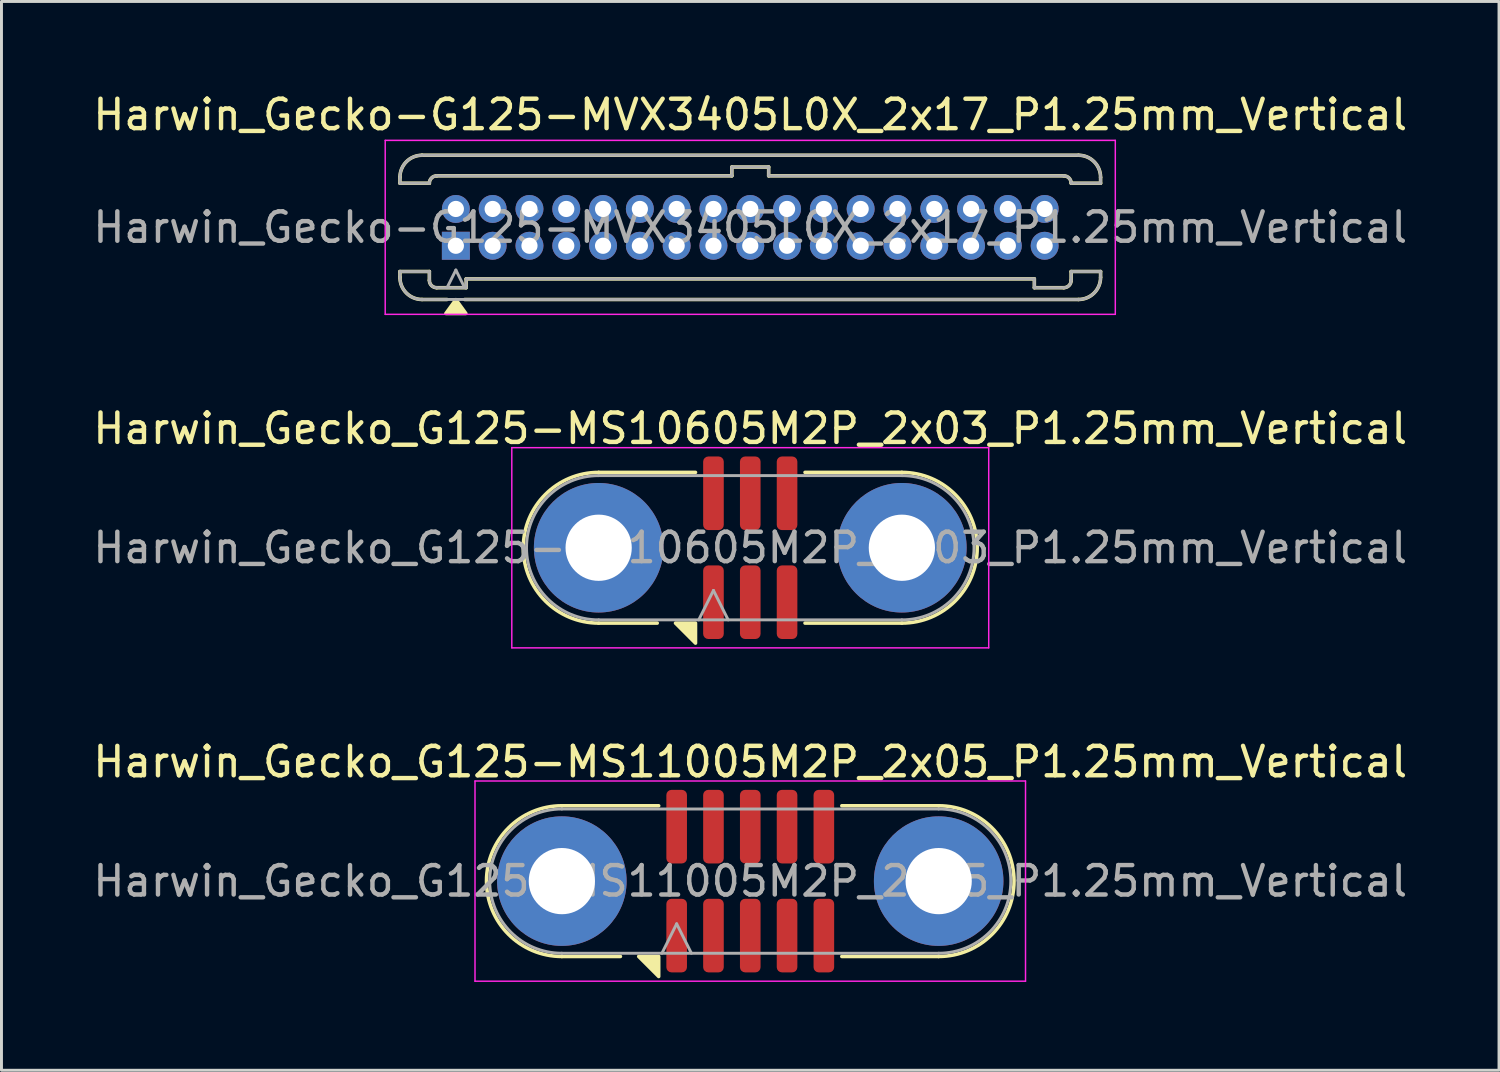
<source format=kicad_pcb>
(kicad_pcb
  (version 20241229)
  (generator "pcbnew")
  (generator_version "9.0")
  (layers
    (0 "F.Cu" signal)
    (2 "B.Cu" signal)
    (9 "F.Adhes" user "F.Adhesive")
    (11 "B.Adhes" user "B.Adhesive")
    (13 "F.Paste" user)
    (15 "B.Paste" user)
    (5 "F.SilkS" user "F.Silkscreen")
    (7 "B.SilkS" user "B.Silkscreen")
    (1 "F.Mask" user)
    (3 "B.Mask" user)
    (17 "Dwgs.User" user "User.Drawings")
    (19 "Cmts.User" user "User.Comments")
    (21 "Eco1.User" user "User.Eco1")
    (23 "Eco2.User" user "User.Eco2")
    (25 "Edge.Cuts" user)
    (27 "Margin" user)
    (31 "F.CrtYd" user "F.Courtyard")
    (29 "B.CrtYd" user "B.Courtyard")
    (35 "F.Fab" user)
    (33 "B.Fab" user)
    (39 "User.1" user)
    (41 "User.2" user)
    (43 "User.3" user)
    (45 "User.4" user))
  (footprint "Harwin_Gecko_G125-MS11005M2P_2x05_P1.25mm_Vertical"
    (layer "F.Cu")
    (at 22.435 26.88)
    (property "Reference" "Harwin_Gecko_G125-MS11005M2P_2x05_P1.25mm_Vertical" (at 0 -4.05 0) (layer "F.SilkS") (effects (font (size 1 1) (thickness 0.15))))
    (attr smd)
    (fp_line (start -4.41 2.56) (end -6.4 2.56) (stroke (width 0.12) (type solid)) (layer "F.SilkS"))
    (fp_line (start -3.11 -2.56) (end -6.4 -2.56) (stroke (width 0.12) (type solid)) (layer "F.SilkS"))
    (fp_line (start 3.11 -2.56) (end 6.4 -2.56) (stroke (width 0.12) (type solid)) (layer "F.SilkS"))
    (fp_line (start 3.11 2.56) (end 6.4 2.56) (stroke (width 0.12) (type solid)) (layer "F.SilkS"))
    (fp_arc (start -6.4 2.56) (mid -8.96 0) (end -6.4 -2.56) (stroke (width 0.12) (type solid)) (layer "F.SilkS"))
    (fp_arc (start 6.4 -2.56) (mid 8.96 0) (end 6.4 2.56) (stroke (width 0.12) (type solid)) (layer "F.SilkS"))
    (fp_poly (pts (xy -3.11 2.56) (xy -3.11 3.24) (xy -3.79 2.56)) (stroke (width 0.12) (type solid)) (fill yes) (layer "F.SilkS"))
    (fp_line (start -9.35 -3.4) (end -9.35 3.4) (stroke (width 0.05) (type solid)) (layer "F.CrtYd"))
    (fp_line (start -9.35 3.4) (end 9.35 3.4) (stroke (width 0.05) (type solid)) (layer "F.CrtYd"))
    (fp_line (start 9.35 -3.4) (end -9.35 -3.4) (stroke (width 0.05) (type solid)) (layer "F.CrtYd"))
    (fp_line (start 9.35 3.4) (end 9.35 -3.4) (stroke (width 0.05) (type solid)) (layer "F.CrtYd"))
    (fp_line (start -6.4 -2.45) (end 6.4 -2.45) (stroke (width 0.1) (type solid)) (layer "F.Fab"))
    (fp_line (start -6.4 2.45) (end 6.4 2.45) (stroke (width 0.1) (type solid)) (layer "F.Fab"))
    (fp_line (start -3 2.45) (end -2.5 1.45) (stroke (width 0.1) (type solid)) (layer "F.Fab"))
    (fp_line (start -2.5 1.45) (end -2 2.45) (stroke (width 0.1) (type solid)) (layer "F.Fab"))
    (fp_arc (start -6.4 2.45) (mid -8.85 0) (end -6.4 -2.45) (stroke (width 0.1) (type solid)) (layer "F.Fab"))
    (fp_arc (start 6.4 -2.45) (mid 8.85 0) (end 6.4 2.45) (stroke (width 0.1) (type solid)) (layer "F.Fab"))
    (fp_text user "${REFERENCE}" (at 0 0 0) (layer "F.Fab") (effects (font (size 1 1) (thickness 0.15))))
    (pad "1" smd roundrect (at -2.5 1.85) (size 0.7 2.5) (layers "F.Cu" "F.Mask" "F.Paste") (roundrect_rratio 0.25))
    (pad "2" smd roundrect (at -1.25 1.85) (size 0.7 2.5) (layers "F.Cu" "F.Mask" "F.Paste") (roundrect_rratio 0.25))
    (pad "3" smd roundrect (at 0 1.85) (size 0.7 2.5) (layers "F.Cu" "F.Mask" "F.Paste") (roundrect_rratio 0.25))
    (pad "4" smd roundrect (at 1.25 1.85) (size 0.7 2.5) (layers "F.Cu" "F.Mask" "F.Paste") (roundrect_rratio 0.25))
    (pad "5" smd roundrect (at 2.5 1.85) (size 0.7 2.5) (layers "F.Cu" "F.Mask" "F.Paste") (roundrect_rratio 0.25))
    (pad "6" smd roundrect (at -2.5 -1.85) (size 0.7 2.5) (layers "F.Cu" "F.Mask" "F.Paste") (roundrect_rratio 0.25))
    (pad "7" smd roundrect (at -1.25 -1.85) (size 0.7 2.5) (layers "F.Cu" "F.Mask" "F.Paste") (roundrect_rratio 0.25))
    (pad "8" smd roundrect (at 0 -1.85) (size 0.7 2.5) (layers "F.Cu" "F.Mask" "F.Paste") (roundrect_rratio 0.25))
    (pad "9" smd roundrect (at 1.25 -1.85) (size 0.7 2.5) (layers "F.Cu" "F.Mask" "F.Paste") (roundrect_rratio 0.25))
    (pad "10" smd roundrect (at 2.5 -1.85) (size 0.7 2.5) (layers "F.Cu" "F.Mask" "F.Paste") (roundrect_rratio 0.25))
    (pad "MP" thru_hole circle (at -6.4 0) (size 4.4 4.4) (drill 2.25) (layers "*.Cu" "*.Mask"))
    (pad "MP" thru_hole circle (at 6.4 0) (size 4.4 4.4) (drill 2.25) (layers "*.Cu" "*.Mask")))
  (footprint "Harwin_Gecko-G125-MVX3405L0X_2x17_P1.25mm_Vertical"
    (layer "F.Cu")
    (at 12.435 5.298)
    (property "Reference" "Harwin_Gecko-G125-MVX3405L0X_2x17_P1.25mm_Vertical" (at 10 -4.45 0) (layer "F.SilkS") (effects (font (size 1 1) (thickness 0.15))))
    (attr through_hole)
    (fp_line (start -1.9 -2.325) (end -1.9 -2.125) (stroke (width 0.12) (type solid)) (layer "F.SilkS"))
    (fp_line (start -1.9 -2.125) (end -0.9 -2.125) (stroke (width 0.12) (type solid)) (layer "F.SilkS"))
    (fp_line (start -1.9 0.875) (end -0.9 0.875) (stroke (width 0.12) (type solid)) (layer "F.SilkS"))
    (fp_line (start -1.9 1.075) (end -1.9 0.875) (stroke (width 0.12) (type solid)) (layer "F.SilkS"))
    (fp_line (start -1.15 -3.075) (end 21.15 -3.075) (stroke (width 0.12) (type solid)) (layer "F.SilkS"))
    (fp_line (start -1.15 1.825) (end -0.3 1.825) (stroke (width 0.12) (type solid)) (layer "F.SilkS"))
    (fp_line (start -0.9 1.175) (end -0.9 0.875) (stroke (width 0.12) (type solid)) (layer "F.SilkS"))
    (fp_line (start -0.65 -2.375) (end 9.375 -2.375) (stroke (width 0.12) (type solid)) (layer "F.SilkS"))
    (fp_line (start -0.65 1.425) (end 0.35 1.425) (stroke (width 0.12) (type solid)) (layer "F.SilkS"))
    (fp_line (start 0.3 1.825) (end 21.15 1.825) (stroke (width 0.12) (type solid)) (layer "F.SilkS"))
    (fp_line (start 0.35 1.125) (end 19.65 1.125) (stroke (width 0.12) (type solid)) (layer "F.SilkS"))
    (fp_line (start 0.35 1.425) (end 0.35 1.125) (stroke (width 0.12) (type solid)) (layer "F.SilkS"))
    (fp_line (start 9.375 -2.675) (end 10.625 -2.675) (stroke (width 0.12) (type solid)) (layer "F.SilkS"))
    (fp_line (start 9.375 -2.375) (end 9.375 -2.675) (stroke (width 0.12) (type solid)) (layer "F.SilkS"))
    (fp_line (start 10.625 -2.675) (end 10.625 -2.375) (stroke (width 0.12) (type solid)) (layer "F.SilkS"))
    (fp_line (start 10.625 -2.375) (end 20.65 -2.375) (stroke (width 0.12) (type solid)) (layer "F.SilkS"))
    (fp_line (start 19.65 1.125) (end 19.65 1.425) (stroke (width 0.12) (type solid)) (layer "F.SilkS"))
    (fp_line (start 19.65 1.425) (end 20.65 1.425) (stroke (width 0.12) (type solid)) (layer "F.SilkS"))
    (fp_line (start 20.9 1.175) (end 20.9 0.875) (stroke (width 0.12) (type solid)) (layer "F.SilkS"))
    (fp_line (start 21.9 -2.325) (end 21.9 -2.125) (stroke (width 0.12) (type solid)) (layer "F.SilkS"))
    (fp_line (start 21.9 -2.125) (end 20.9 -2.125) (stroke (width 0.12) (type solid)) (layer "F.SilkS"))
    (fp_line (start 21.9 0.875) (end 20.9 0.875) (stroke (width 0.12) (type solid)) (layer "F.SilkS"))
    (fp_line (start 21.9 1.075) (end 21.9 0.875) (stroke (width 0.12) (type solid)) (layer "F.SilkS"))
    (fp_arc (start -1.9 -2.325) (mid -1.68033 -2.85533) (end -1.15 -3.075) (stroke (width 0.12) (type solid)) (layer "F.SilkS"))
    (fp_arc (start -1.15 1.825) (mid -1.68033 1.60533) (end -1.9 1.075) (stroke (width 0.12) (type solid)) (layer "F.SilkS"))
    (fp_arc (start -0.9 -2.125) (mid -0.826777 -2.301777) (end -0.65 -2.375) (stroke (width 0.12) (type solid)) (layer "F.SilkS"))
    (fp_arc (start -0.65 1.425) (mid -0.826777 1.351777) (end -0.9 1.175) (stroke (width 0.12) (type solid)) (layer "F.SilkS"))
    (fp_arc (start 20.65 -2.375) (mid 20.826777 -2.301777) (end 20.9 -2.125) (stroke (width 0.12) (type solid)) (layer "F.SilkS"))
    (fp_arc (start 20.9 1.175) (mid 20.826777 1.351777) (end 20.65 1.425) (stroke (width 0.12) (type solid)) (layer "F.SilkS"))
    (fp_arc (start 21.15 -3.075) (mid 21.68033 -2.85533) (end 21.9 -2.325) (stroke (width 0.12) (type solid)) (layer "F.SilkS"))
    (fp_arc (start 21.9 1.075) (mid 21.68033 1.60533) (end 21.15 1.825) (stroke (width 0.12) (type solid)) (layer "F.SilkS"))
    (fp_poly (pts (xy 0 1.83) (xy -0.34 2.3) (xy 0.34 2.3) (xy 0 1.83)) (stroke (width 0.12) (type solid)) (fill yes) (layer "F.SilkS"))
    (fp_line (start -2.4 -3.58) (end -2.4 2.33) (stroke (width 0.05) (type solid)) (layer "F.CrtYd"))
    (fp_line (start -2.4 2.33) (end 22.4 2.33) (stroke (width 0.05) (type solid)) (layer "F.CrtYd"))
    (fp_line (start 22.4 -3.58) (end -2.4 -3.58) (stroke (width 0.05) (type solid)) (layer "F.CrtYd"))
    (fp_line (start 22.4 -3.58) (end 22.4 2.33) (stroke (width 0.05) (type solid)) (layer "F.CrtYd"))
    (fp_line (start -1.9 -2.325) (end -1.9 -2.125) (stroke (width 0.1) (type solid)) (layer "F.Fab"))
    (fp_line (start -1.9 -2.125) (end -0.9 -2.125) (stroke (width 0.1) (type solid)) (layer "F.Fab"))
    (fp_line (start -1.9 0.875) (end -0.9 0.875) (stroke (width 0.1) (type solid)) (layer "F.Fab"))
    (fp_line (start -1.9 1.075) (end -1.9 0.875) (stroke (width 0.1) (type solid)) (layer "F.Fab"))
    (fp_line (start -1.15 -3.075) (end 21.15 -3.075) (stroke (width 0.1) (type solid)) (layer "F.Fab"))
    (fp_line (start -1.15 1.825) (end 21.15 1.825) (stroke (width 0.1) (type solid)) (layer "F.Fab"))
    (fp_line (start -0.9 1.175) (end -0.9 0.875) (stroke (width 0.1) (type solid)) (layer "F.Fab"))
    (fp_line (start -0.65 -2.375) (end 9.375 -2.375) (stroke (width 0.1) (type solid)) (layer "F.Fab"))
    (fp_line (start -0.65 1.425) (end 0.35 1.425) (stroke (width 0.1) (type solid)) (layer "F.Fab"))
    (fp_line (start 0 0.825) (end -0.3 1.425) (stroke (width 0.1) (type solid)) (layer "F.Fab"))
    (fp_line (start 0.3 1.425) (end 0 0.825) (stroke (width 0.1) (type solid)) (layer "F.Fab"))
    (fp_line (start 0.35 1.125) (end 19.65 1.125) (stroke (width 0.1) (type solid)) (layer "F.Fab"))
    (fp_line (start 0.35 1.425) (end 0.35 1.125) (stroke (width 0.1) (type solid)) (layer "F.Fab"))
    (fp_line (start 9.375 -2.675) (end 10.625 -2.675) (stroke (width 0.1) (type solid)) (layer "F.Fab"))
    (fp_line (start 9.375 -2.375) (end 9.375 -2.675) (stroke (width 0.1) (type solid)) (layer "F.Fab"))
    (fp_line (start 10.625 -2.675) (end 10.625 -2.375) (stroke (width 0.1) (type solid)) (layer "F.Fab"))
    (fp_line (start 10.625 -2.375) (end 20.65 -2.375) (stroke (width 0.1) (type solid)) (layer "F.Fab"))
    (fp_line (start 19.65 1.125) (end 19.65 1.425) (stroke (width 0.1) (type solid)) (layer "F.Fab"))
    (fp_line (start 19.65 1.425) (end 20.65 1.425) (stroke (width 0.1) (type solid)) (layer "F.Fab"))
    (fp_line (start 20.9 1.175) (end 20.9 0.875) (stroke (width 0.1) (type solid)) (layer "F.Fab"))
    (fp_line (start 21.9 -2.325) (end 21.9 -2.125) (stroke (width 0.1) (type solid)) (layer "F.Fab"))
    (fp_line (start 21.9 -2.125) (end 20.9 -2.125) (stroke (width 0.1) (type solid)) (layer "F.Fab"))
    (fp_line (start 21.9 0.875) (end 20.9 0.875) (stroke (width 0.1) (type solid)) (layer "F.Fab"))
    (fp_line (start 21.9 1.075) (end 21.9 0.875) (stroke (width 0.1) (type solid)) (layer "F.Fab"))
    (fp_arc (start -1.9 -2.325) (mid -1.68033 -2.85533) (end -1.15 -3.075) (stroke (width 0.1) (type solid)) (layer "F.Fab"))
    (fp_arc (start -1.15 1.825) (mid -1.68033 1.60533) (end -1.9 1.075) (stroke (width 0.1) (type solid)) (layer "F.Fab"))
    (fp_arc (start -0.9 -2.125) (mid -0.826777 -2.301777) (end -0.65 -2.375) (stroke (width 0.1) (type solid)) (layer "F.Fab"))
    (fp_arc (start -0.65 1.425) (mid -0.826777 1.351777) (end -0.9 1.175) (stroke (width 0.1) (type solid)) (layer "F.Fab"))
    (fp_arc (start 20.65 -2.375) (mid 20.826777 -2.301777) (end 20.9 -2.125) (stroke (width 0.1) (type solid)) (layer "F.Fab"))
    (fp_arc (start 20.9 1.175) (mid 20.826777 1.351777) (end 20.65 1.425) (stroke (width 0.1) (type solid)) (layer "F.Fab"))
    (fp_arc (start 21.15 -3.075) (mid 21.68033 -2.85533) (end 21.9 -2.325) (stroke (width 0.1) (type solid)) (layer "F.Fab"))
    (fp_arc (start 21.9 1.075) (mid 21.68033 1.60533) (end 21.15 1.825) (stroke (width 0.1) (type solid)) (layer "F.Fab"))
    (fp_text user "${REFERENCE}" (at 10 -0.625 0) (layer "F.Fab") (effects (font (size 1 1) (thickness 0.15))))
    (pad "1" thru_hole rect (at 0 0) (size 0.95 0.95) (drill 0.55) (layers "*.Cu" "*.Mask"))
    (pad "2" thru_hole circle (at 1.25 0) (size 0.95 0.95) (drill 0.55) (layers "*.Cu" "*.Mask"))
    (pad "3" thru_hole circle (at 2.5 0) (size 0.95 0.95) (drill 0.55) (layers "*.Cu" "*.Mask"))
    (pad "4" thru_hole circle (at 3.75 0) (size 0.95 0.95) (drill 0.55) (layers "*.Cu" "*.Mask"))
    (pad "5" thru_hole circle (at 5 0) (size 0.95 0.95) (drill 0.55) (layers "*.Cu" "*.Mask"))
    (pad "6" thru_hole circle (at 6.25 0) (size 0.95 0.95) (drill 0.55) (layers "*.Cu" "*.Mask"))
    (pad "7" thru_hole circle (at 7.5 0) (size 0.95 0.95) (drill 0.55) (layers "*.Cu" "*.Mask"))
    (pad "8" thru_hole circle (at 8.75 0) (size 0.95 0.95) (drill 0.55) (layers "*.Cu" "*.Mask"))
    (pad "9" thru_hole circle (at 10 0) (size 0.95 0.95) (drill 0.55) (layers "*.Cu" "*.Mask"))
    (pad "10" thru_hole circle (at 11.25 0) (size 0.95 0.95) (drill 0.55) (layers "*.Cu" "*.Mask"))
    (pad "11" thru_hole circle (at 12.5 0) (size 0.95 0.95) (drill 0.55) (layers "*.Cu" "*.Mask"))
    (pad "12" thru_hole circle (at 13.75 0) (size 0.95 0.95) (drill 0.55) (layers "*.Cu" "*.Mask"))
    (pad "13" thru_hole circle (at 15 0) (size 0.95 0.95) (drill 0.55) (layers "*.Cu" "*.Mask"))
    (pad "14" thru_hole circle (at 16.25 0) (size 0.95 0.95) (drill 0.55) (layers "*.Cu" "*.Mask"))
    (pad "15" thru_hole circle (at 17.5 0) (size 0.95 0.95) (drill 0.55) (layers "*.Cu" "*.Mask"))
    (pad "16" thru_hole circle (at 18.75 0) (size 0.95 0.95) (drill 0.55) (layers "*.Cu" "*.Mask"))
    (pad "17" thru_hole circle (at 20 0) (size 0.95 0.95) (drill 0.55) (layers "*.Cu" "*.Mask"))
    (pad "18" thru_hole circle (at 0 -1.25) (size 0.95 0.95) (drill 0.55) (layers "*.Cu" "*.Mask"))
    (pad "19" thru_hole circle (at 1.25 -1.25) (size 0.95 0.95) (drill 0.55) (layers "*.Cu" "*.Mask"))
    (pad "20" thru_hole circle (at 2.5 -1.25) (size 0.95 0.95) (drill 0.55) (layers "*.Cu" "*.Mask"))
    (pad "21" thru_hole circle (at 3.75 -1.25) (size 0.95 0.95) (drill 0.55) (layers "*.Cu" "*.Mask"))
    (pad "22" thru_hole circle (at 5 -1.25) (size 0.95 0.95) (drill 0.55) (layers "*.Cu" "*.Mask"))
    (pad "23" thru_hole circle (at 6.25 -1.25) (size 0.95 0.95) (drill 0.55) (layers "*.Cu" "*.Mask"))
    (pad "24" thru_hole circle (at 7.5 -1.25) (size 0.95 0.95) (drill 0.55) (layers "*.Cu" "*.Mask"))
    (pad "25" thru_hole circle (at 8.75 -1.25) (size 0.95 0.95) (drill 0.55) (layers "*.Cu" "*.Mask"))
    (pad "26" thru_hole circle (at 10 -1.25) (size 0.95 0.95) (drill 0.55) (layers "*.Cu" "*.Mask"))
    (pad "27" thru_hole circle (at 11.25 -1.25) (size 0.95 0.95) (drill 0.55) (layers "*.Cu" "*.Mask"))
    (pad "28" thru_hole circle (at 12.5 -1.25) (size 0.95 0.95) (drill 0.55) (layers "*.Cu" "*.Mask"))
    (pad "29" thru_hole circle (at 13.75 -1.25) (size 0.95 0.95) (drill 0.55) (layers "*.Cu" "*.Mask"))
    (pad "30" thru_hole circle (at 15 -1.25) (size 0.95 0.95) (drill 0.55) (layers "*.Cu" "*.Mask"))
    (pad "31" thru_hole circle (at 16.25 -1.25) (size 0.95 0.95) (drill 0.55) (layers "*.Cu" "*.Mask"))
    (pad "32" thru_hole circle (at 17.5 -1.25) (size 0.95 0.95) (drill 0.55) (layers "*.Cu" "*.Mask"))
    (pad "33" thru_hole circle (at 18.75 -1.25) (size 0.95 0.95) (drill 0.55) (layers "*.Cu" "*.Mask"))
    (pad "34" thru_hole circle (at 20 -1.25) (size 0.95 0.95) (drill 0.55) (layers "*.Cu" "*.Mask")))
  (footprint "Harwin_Gecko_G125-MS10605M2P_2x03_P1.25mm_Vertical"
    (layer "F.Cu")
    (at 22.435 15.556)
    (property "Reference" "Harwin_Gecko_G125-MS10605M2P_2x03_P1.25mm_Vertical" (at 0 -4.05 0) (layer "F.SilkS") (effects (font (size 1 1) (thickness 0.15))))
    (attr smd)
    (fp_line (start -3.16 2.56) (end -5.15 2.56) (stroke (width 0.12) (type solid)) (layer "F.SilkS"))
    (fp_line (start -1.86 -2.56) (end -5.15 -2.56) (stroke (width 0.12) (type solid)) (layer "F.SilkS"))
    (fp_line (start 1.86 -2.56) (end 5.15 -2.56) (stroke (width 0.12) (type solid)) (layer "F.SilkS"))
    (fp_line (start 1.86 2.56) (end 5.15 2.56) (stroke (width 0.12) (type solid)) (layer "F.SilkS"))
    (fp_arc (start -5.15 2.56) (mid -7.71 0) (end -5.15 -2.56) (stroke (width 0.12) (type solid)) (layer "F.SilkS"))
    (fp_arc (start 5.15 -2.56) (mid 7.71 0) (end 5.15 2.56) (stroke (width 0.12) (type solid)) (layer "F.SilkS"))
    (fp_poly (pts (xy -1.86 2.56) (xy -1.86 3.24) (xy -2.54 2.56)) (stroke (width 0.12) (type solid)) (fill yes) (layer "F.SilkS"))
    (fp_line (start -8.1 -3.4) (end -8.1 3.4) (stroke (width 0.05) (type solid)) (layer "F.CrtYd"))
    (fp_line (start -8.1 3.4) (end 8.1 3.4) (stroke (width 0.05) (type solid)) (layer "F.CrtYd"))
    (fp_line (start 8.1 -3.4) (end -8.1 -3.4) (stroke (width 0.05) (type solid)) (layer "F.CrtYd"))
    (fp_line (start 8.1 3.4) (end 8.1 -3.4) (stroke (width 0.05) (type solid)) (layer "F.CrtYd"))
    (fp_line (start -5.15 -2.45) (end 5.15 -2.45) (stroke (width 0.1) (type solid)) (layer "F.Fab"))
    (fp_line (start -5.15 2.45) (end 5.15 2.45) (stroke (width 0.1) (type solid)) (layer "F.Fab"))
    (fp_line (start -1.75 2.45) (end -1.25 1.45) (stroke (width 0.1) (type solid)) (layer "F.Fab"))
    (fp_line (start -1.25 1.45) (end -0.75 2.45) (stroke (width 0.1) (type solid)) (layer "F.Fab"))
    (fp_arc (start -5.15 2.45) (mid -7.6 0) (end -5.15 -2.45) (stroke (width 0.1) (type solid)) (layer "F.Fab"))
    (fp_arc (start 5.15 -2.45) (mid 7.6 0) (end 5.15 2.45) (stroke (width 0.1) (type solid)) (layer "F.Fab"))
    (fp_text user "${REFERENCE}" (at 0 0 0) (layer "F.Fab") (effects (font (size 1 1) (thickness 0.15))))
    (pad "1" smd roundrect (at -1.25 1.85) (size 0.7 2.5) (layers "F.Cu" "F.Mask" "F.Paste") (roundrect_rratio 0.25))
    (pad "2" smd roundrect (at 0 1.85) (size 0.7 2.5) (layers "F.Cu" "F.Mask" "F.Paste") (roundrect_rratio 0.25))
    (pad "3" smd roundrect (at 1.25 1.85) (size 0.7 2.5) (layers "F.Cu" "F.Mask" "F.Paste") (roundrect_rratio 0.25))
    (pad "4" smd roundrect (at -1.25 -1.85) (size 0.7 2.5) (layers "F.Cu" "F.Mask" "F.Paste") (roundrect_rratio 0.25))
    (pad "5" smd roundrect (at 0 -1.85) (size 0.7 2.5) (layers "F.Cu" "F.Mask" "F.Paste") (roundrect_rratio 0.25))
    (pad "6" smd roundrect (at 1.25 -1.85) (size 0.7 2.5) (layers "F.Cu" "F.Mask" "F.Paste") (roundrect_rratio 0.25))
    (pad "MP" thru_hole circle (at -5.15 0) (size 4.4 4.4) (drill 2.25) (layers "*.Cu" "*.Mask"))
    (pad "MP" thru_hole circle (at 5.15 0) (size 4.4 4.4) (drill 2.25) (layers "*.Cu" "*.Mask")))
  (gr_rect
    (start -3 -3)
    (end 47.869 33.305)
    (stroke (width 0.1) (type default))
    (fill no)
    (layer "Edge.Cuts")))
</source>
